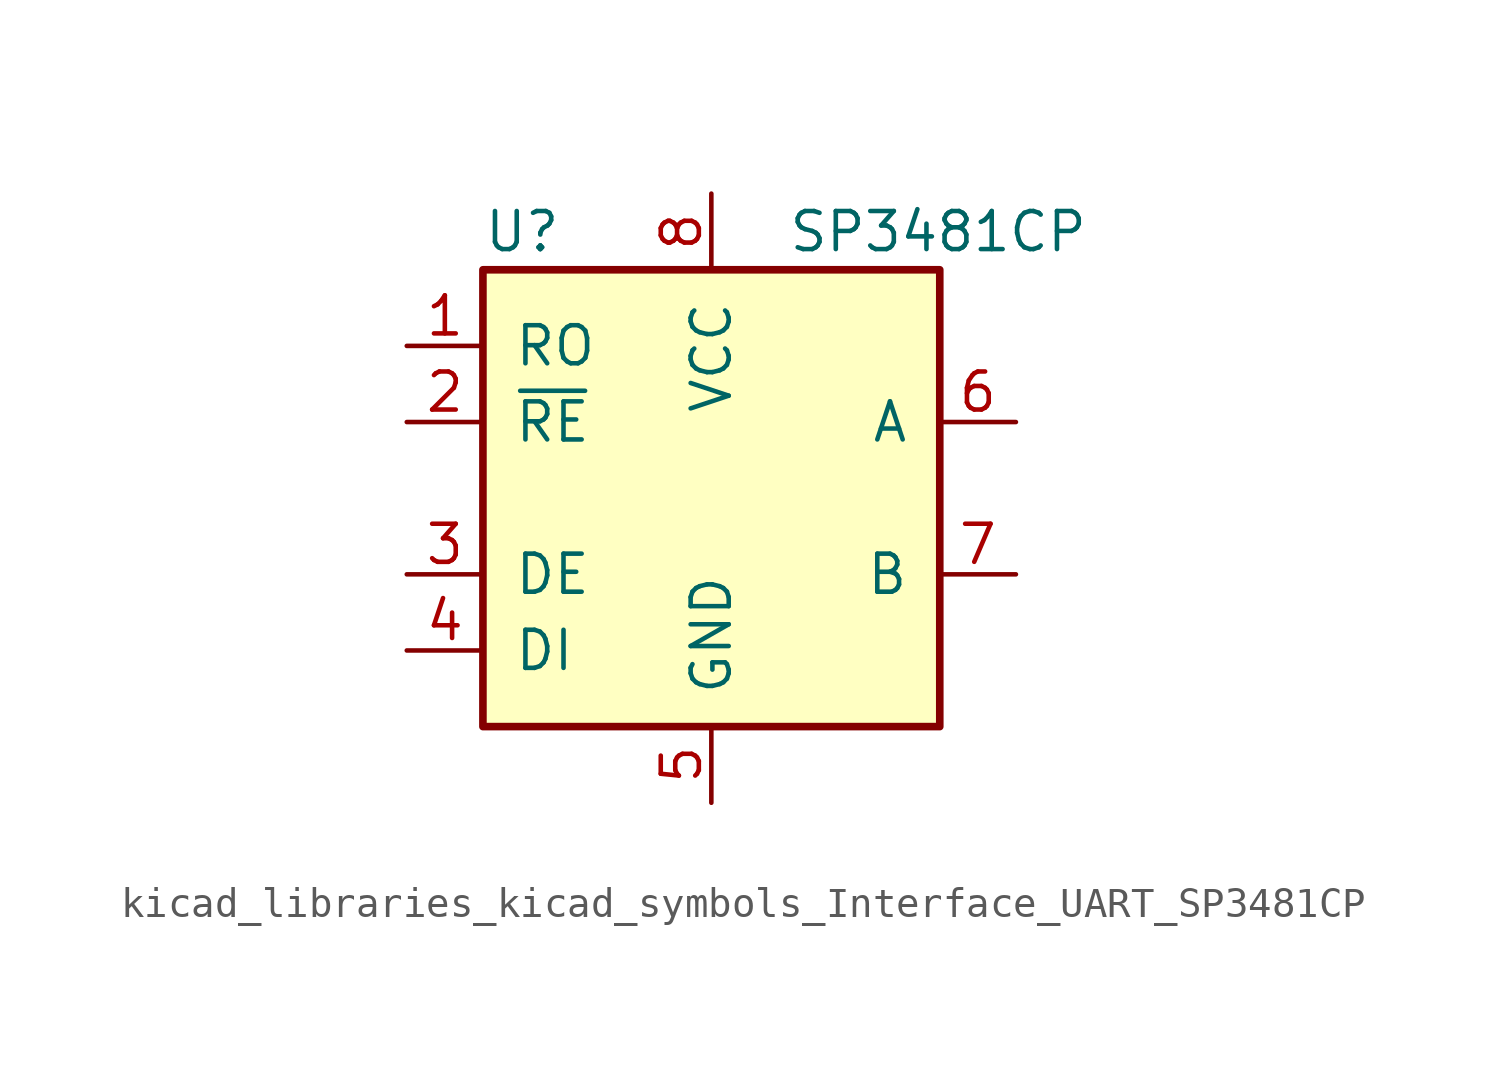
<source format=kicad_sym>
(kicad_symbol_lib
  (version 20220914)
  (generator kicad_symbol_editor)
  (symbol "kicad_libraries_kicad_symbols_Interface_UART_SP3481CP"
    (pin_names
      (offset 1.016))
    (property "Reference" "U"
      (at -7.62 8.89 0)
      (effects (font (size 1.27 1.27)) (justify left)))
    (property "Value" "SP3481CP"
      (at 2.54 8.89 0)
      (effects (font (size 1.27 1.27)) (justify left)))
    (symbol "kicad_libraries_kicad_symbols_Interface_UART_SP3481CP_0_1"
      (rectangle (start -7.62 7.62) (end 7.62 -7.62) (stroke (width 0.254) (type default)) (fill (type background))))
    (symbol "kicad_libraries_kicad_symbols_Interface_UART_SP3481CP_1_1"
      (pin output line (at -10.16 5.08 0) (length 2.54) (name "RO" (effects (font (size 1.27 1.27)))) (number "1" (effects (font (size 1.27 1.27)))))
      (pin input line (at -10.16 2.54 0) (length 2.54) (name "~{RE}" (effects (font (size 1.27 1.27)))) (number "2" (effects (font (size 1.27 1.27)))))
      (pin input line (at -10.16 -2.54 0) (length 2.54) (name "DE" (effects (font (size 1.27 1.27)))) (number "3" (effects (font (size 1.27 1.27)))))
      (pin input line (at -10.16 -5.08 0) (length 2.54) (name "DI" (effects (font (size 1.27 1.27)))) (number "4" (effects (font (size 1.27 1.27)))))
      (pin power_in line (at 0 -10.16 90) (length 2.54) (name "GND" (effects (font (size 1.27 1.27)))) (number "5" (effects (font (size 1.27 1.27)))))
      (pin bidirectional line (at 10.16 2.54 180) (length 2.54) (name "A" (effects (font (size 1.27 1.27)))) (number "6" (effects (font (size 1.27 1.27)))))
      (pin bidirectional line (at 10.16 -2.54 180) (length 2.54) (name "B" (effects (font (size 1.27 1.27)))) (number "7" (effects (font (size 1.27 1.27)))))
      (pin power_in line (at 0 10.16 270) (length 2.54) (name "VCC" (effects (font (size 1.27 1.27)))) (number "8" (effects (font (size 1.27 1.27))))))))
</source>
